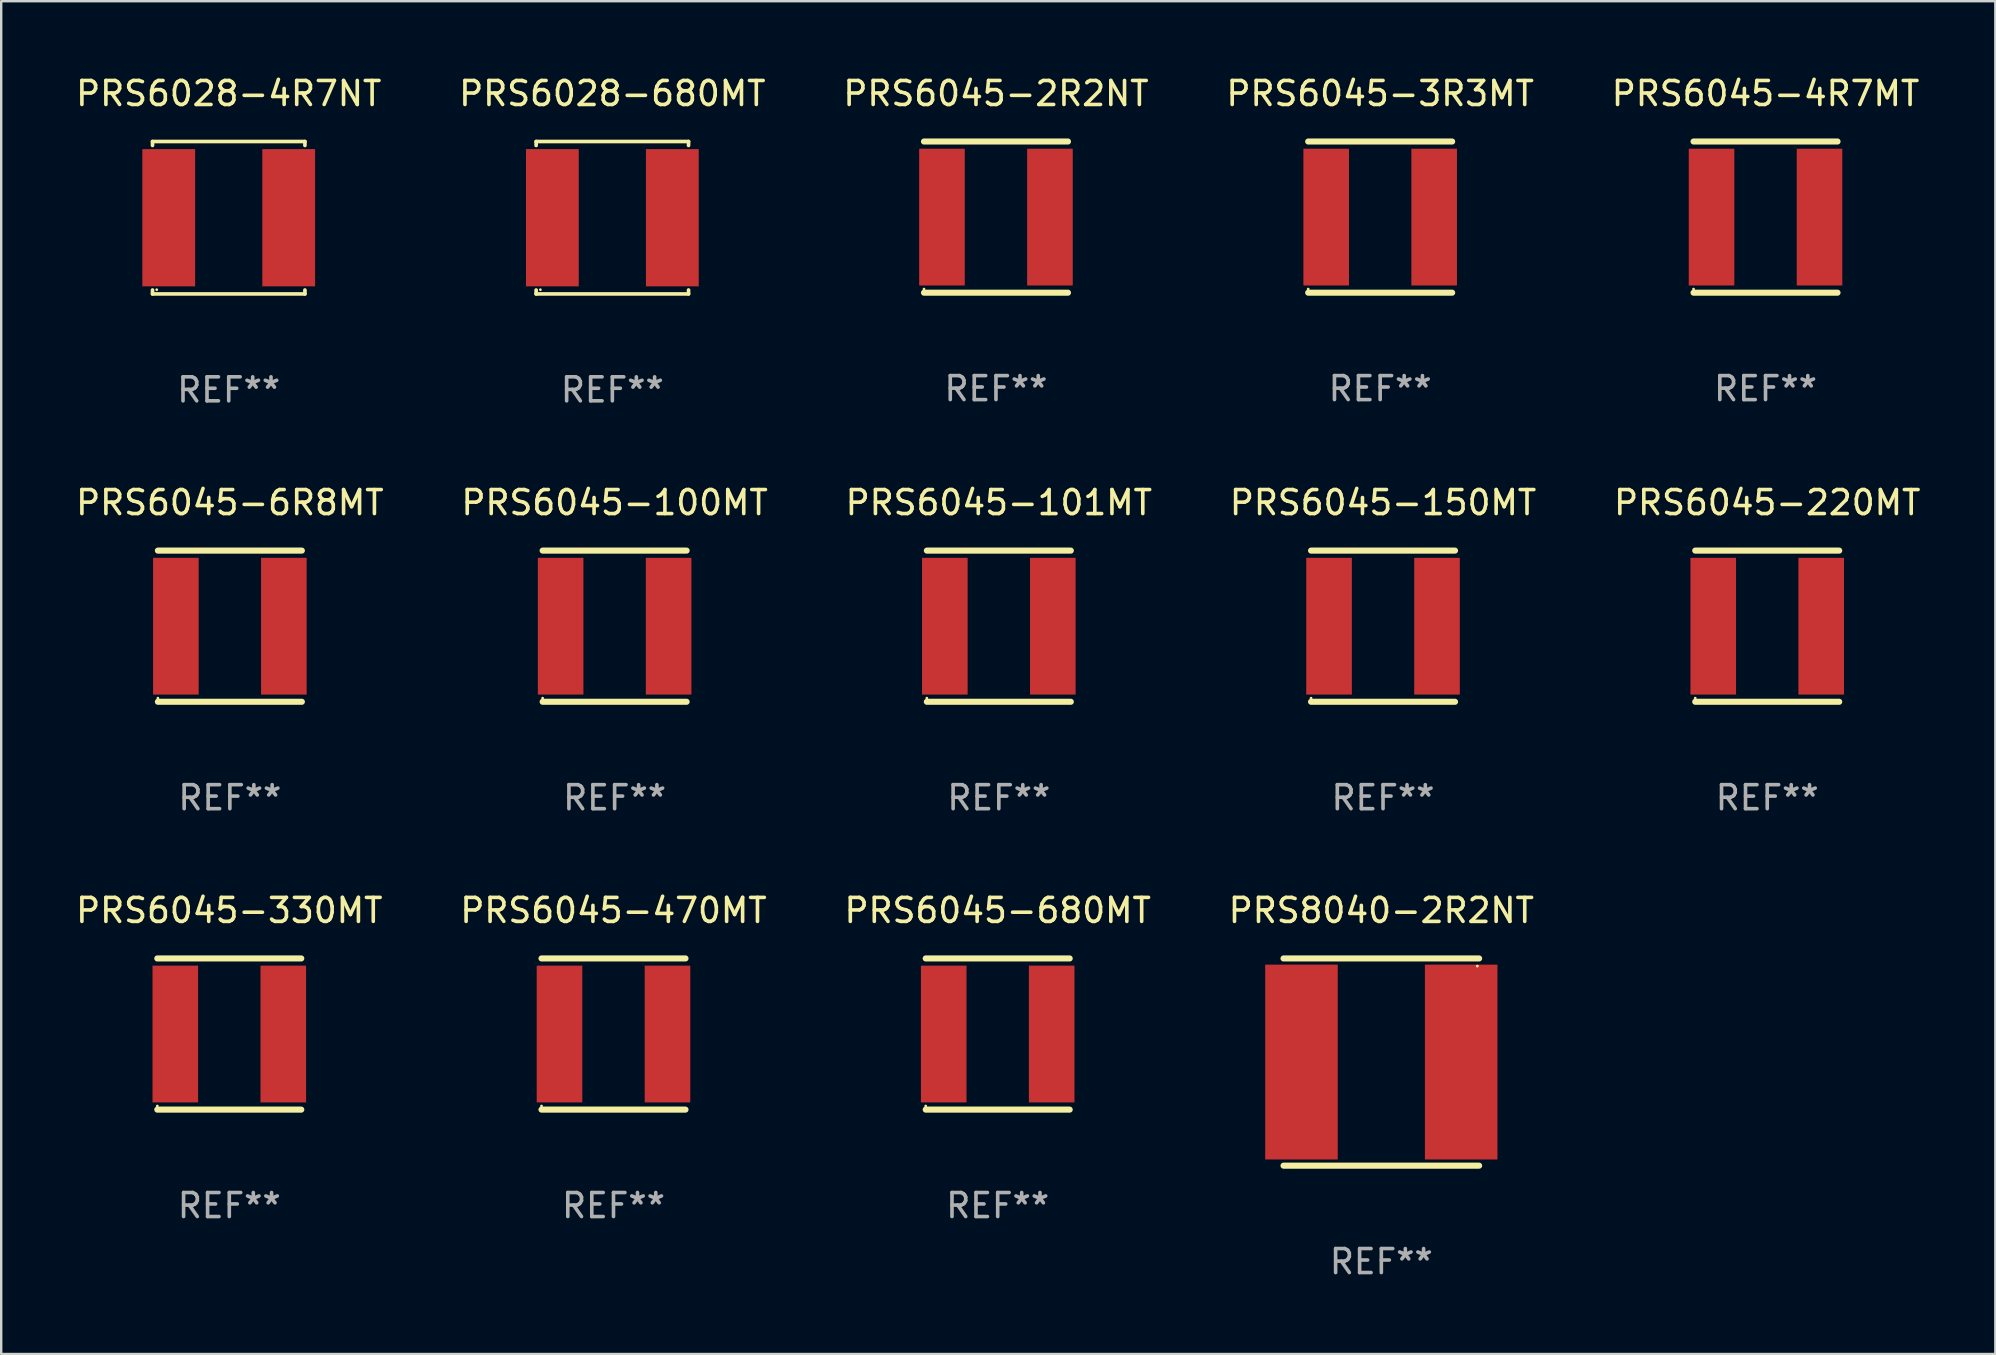
<source format=kicad_pcb>
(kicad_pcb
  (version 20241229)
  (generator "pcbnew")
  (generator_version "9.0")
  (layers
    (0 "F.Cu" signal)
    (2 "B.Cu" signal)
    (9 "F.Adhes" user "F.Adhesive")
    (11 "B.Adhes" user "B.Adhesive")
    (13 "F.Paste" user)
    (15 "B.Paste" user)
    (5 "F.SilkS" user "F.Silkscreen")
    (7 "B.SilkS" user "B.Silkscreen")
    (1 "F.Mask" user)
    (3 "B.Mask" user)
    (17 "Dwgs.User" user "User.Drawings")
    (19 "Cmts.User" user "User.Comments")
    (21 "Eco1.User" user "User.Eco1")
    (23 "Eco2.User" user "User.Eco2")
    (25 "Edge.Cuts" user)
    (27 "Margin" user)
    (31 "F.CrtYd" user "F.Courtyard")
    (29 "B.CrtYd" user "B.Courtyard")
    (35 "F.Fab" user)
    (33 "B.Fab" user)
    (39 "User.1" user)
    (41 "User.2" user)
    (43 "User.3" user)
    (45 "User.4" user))
  (footprint "PRS6045-220MT"
    (layer "F.Cu")
    (at 70.601 23.047)
    (property "Reference" "PRS6045-220MT" (at 0 -5.15 0) (layer "F.SilkS") (effects (font (size 1 1) (thickness 0.15))))
    (attr through_hole)
    (fp_line (start -3 -3.15) (end 3 -3.15) (stroke (width 0.254) (type solid)) (layer "F.SilkS"))
    (fp_line (start -3 3.15) (end 3 3.15) (stroke (width 0.254) (type solid)) (layer "F.SilkS"))
    (fp_circle (center -3 3) (end -2.97 3) (stroke (width 0.06) (type solid)) (fill no) (layer "F.SilkS"))
    (fp_text user "REF**" (at 0 7.15 0) (layer "F.Fab") (effects (font (size 1 1) (thickness 0.15))))
    (pad "1" smd rect (at -2.25 0) (size 1.9 5.7) (layers "F.Cu" "F.Mask" "F.Paste"))
    (pad "2" smd rect (at 2.25 0) (size 1.9 5.7) (layers "F.Cu" "F.Mask" "F.Paste")))
  (footprint "PRS8040-2R2NT"
    (layer "F.Cu")
    (at 54.518 41.212)
    (property "Reference" "PRS8040-2R2NT" (at 0 -6.318 0) (layer "F.SilkS") (effects (font (size 1 1) (thickness 0.15))))
    (attr through_hole)
    (fp_line (start -4.076 -4.318) (end 4.076 -4.318) (stroke (width 0.254) (type solid)) (layer "F.SilkS"))
    (fp_line (start -4.076 4.318) (end 4.076 4.318) (stroke (width 0.254) (type solid)) (layer "F.SilkS"))
    (fp_circle (center 4 -4) (end 4.03 -4) (stroke (width 0.06) (type solid)) (fill no) (layer "F.SilkS"))
    (fp_text user "REF**" (at 0 8.318 0) (layer "F.Fab") (effects (font (size 1 1) (thickness 0.15))))
    (pad "1" smd rect (at 3.328 0) (size 3.024 8.12) (layers "F.Cu" "F.Mask" "F.Paste"))
    (pad "2" smd rect (at -3.328 0) (size 3.024 8.12) (layers "F.Cu" "F.Mask" "F.Paste")))
  (footprint "PRS6045-680MT"
    (layer "F.Cu")
    (at 38.53 40.044)
    (property "Reference" "PRS6045-680MT" (at 0 -5.15 0) (layer "F.SilkS") (effects (font (size 1 1) (thickness 0.15))))
    (attr through_hole)
    (fp_line (start -3 -3.15) (end 3 -3.15) (stroke (width 0.254) (type solid)) (layer "F.SilkS"))
    (fp_line (start -3 3.15) (end 3 3.15) (stroke (width 0.254) (type solid)) (layer "F.SilkS"))
    (fp_circle (center -3 3) (end -2.97 3) (stroke (width 0.06) (type solid)) (fill no) (layer "F.SilkS"))
    (fp_text user "REF**" (at 0 7.15 0) (layer "F.Fab") (effects (font (size 1 1) (thickness 0.15))))
    (pad "1" smd rect (at -2.25 0) (size 1.9 5.7) (layers "F.Cu" "F.Mask" "F.Paste"))
    (pad "2" smd rect (at 2.25 0) (size 1.9 5.7) (layers "F.Cu" "F.Mask" "F.Paste")))
  (footprint "PRS6045-6R8MT"
    (layer "F.Cu")
    (at 6.53 23.047)
    (property "Reference" "PRS6045-6R8MT" (at 0 -5.15 0) (layer "F.SilkS") (effects (font (size 1 1) (thickness 0.15))))
    (attr through_hole)
    (fp_line (start -3 -3.15) (end 3 -3.15) (stroke (width 0.254) (type solid)) (layer "F.SilkS"))
    (fp_line (start -3 3.15) (end 3 3.15) (stroke (width 0.254) (type solid)) (layer "F.SilkS"))
    (fp_circle (center -3 3) (end -2.97 3) (stroke (width 0.06) (type solid)) (fill no) (layer "F.SilkS"))
    (fp_text user "REF**" (at 0 7.15 0) (layer "F.Fab") (effects (font (size 1 1) (thickness 0.15))))
    (pad "1" smd rect (at -2.25 0) (size 1.9 5.7) (layers "F.Cu" "F.Mask" "F.Paste"))
    (pad "2" smd rect (at 2.25 0) (size 1.9 5.7) (layers "F.Cu" "F.Mask" "F.Paste")))
  (footprint "PRS6028-680MT"
    (layer "F.Cu")
    (at 22.47 6.024)
    (property "Reference" "PRS6028-680MT" (at 0 -5.176 0) (layer "F.SilkS") (effects (font (size 1 1) (thickness 0.15))))
    (attr through_hole)
    (fp_line (start -3.176 -3.176) (end 3.176 -3.176) (stroke (width 0.152) (type solid)) (layer "F.SilkS"))
    (fp_line (start -3.176 -3.012) (end -3.176 -3.176) (stroke (width 0.152) (type solid)) (layer "F.SilkS"))
    (fp_line (start -3.176 3.012) (end -3.176 3.176) (stroke (width 0.152) (type solid)) (layer "F.SilkS"))
    (fp_line (start -3.176 3.176) (end 3.176 3.176) (stroke (width 0.152) (type solid)) (layer "F.SilkS"))
    (fp_line (start 3.176 -3.176) (end 3.176 -3.012) (stroke (width 0.152) (type solid)) (layer "F.SilkS"))
    (fp_line (start 3.176 3.176) (end 3.176 3.012) (stroke (width 0.152) (type solid)) (layer "F.SilkS"))
    (fp_circle (center -3 3) (end -2.97 3) (stroke (width 0.06) (type solid)) (fill no) (layer "F.SilkS"))
    (fp_text user "REF**" (at 0 7.176 0) (layer "F.Fab") (effects (font (size 1 1) (thickness 0.15))))
    (pad "1" smd rect (at -2.5 0) (size 2.2 5.72) (layers "F.Cu" "F.Mask" "F.Paste"))
    (pad "2" smd rect (at 2.5 0) (size 2.2 5.72) (layers "F.Cu" "F.Mask" "F.Paste")))
  (footprint "PRS6045-4R7MT"
    (layer "F.Cu")
    (at 70.53 5.998)
    (property "Reference" "PRS6045-4R7MT" (at 0 -5.15 0) (layer "F.SilkS") (effects (font (size 1 1) (thickness 0.15))))
    (attr through_hole)
    (fp_line (start -3 -3.15) (end 3 -3.15) (stroke (width 0.254) (type solid)) (layer "F.SilkS"))
    (fp_line (start -3 3.15) (end 3 3.15) (stroke (width 0.254) (type solid)) (layer "F.SilkS"))
    (fp_circle (center -3 3) (end -2.97 3) (stroke (width 0.06) (type solid)) (fill no) (layer "F.SilkS"))
    (fp_text user "REF**" (at 0 7.15 0) (layer "F.Fab") (effects (font (size 1 1) (thickness 0.15))))
    (pad "1" smd rect (at -2.25 0) (size 1.9 5.7) (layers "F.Cu" "F.Mask" "F.Paste"))
    (pad "2" smd rect (at 2.25 0) (size 1.9 5.7) (layers "F.Cu" "F.Mask" "F.Paste")))
  (footprint "PRS6045-470MT"
    (layer "F.Cu")
    (at 22.518 40.044)
    (property "Reference" "PRS6045-470MT" (at 0 -5.15 0) (layer "F.SilkS") (effects (font (size 1 1) (thickness 0.15))))
    (attr through_hole)
    (fp_line (start -3 -3.15) (end 3 -3.15) (stroke (width 0.254) (type solid)) (layer "F.SilkS"))
    (fp_line (start -3 3.15) (end 3 3.15) (stroke (width 0.254) (type solid)) (layer "F.SilkS"))
    (fp_circle (center -3 3) (end -2.97 3) (stroke (width 0.06) (type solid)) (fill no) (layer "F.SilkS"))
    (fp_text user "REF**" (at 0 7.15 0) (layer "F.Fab") (effects (font (size 1 1) (thickness 0.15))))
    (pad "1" smd rect (at -2.25 0) (size 1.9 5.7) (layers "F.Cu" "F.Mask" "F.Paste"))
    (pad "2" smd rect (at 2.25 0) (size 1.9 5.7) (layers "F.Cu" "F.Mask" "F.Paste")))
  (footprint "PRS6045-3R3MT"
    (layer "F.Cu")
    (at 54.47 5.998)
    (property "Reference" "PRS6045-3R3MT" (at 0 -5.15 0) (layer "F.SilkS") (effects (font (size 1 1) (thickness 0.15))))
    (attr through_hole)
    (fp_line (start -3 -3.15) (end 3 -3.15) (stroke (width 0.254) (type solid)) (layer "F.SilkS"))
    (fp_line (start -3 3.15) (end 3 3.15) (stroke (width 0.254) (type solid)) (layer "F.SilkS"))
    (fp_circle (center -3 3) (end -2.97 3) (stroke (width 0.06) (type solid)) (fill no) (layer "F.SilkS"))
    (fp_text user "REF**" (at 0 7.15 0) (layer "F.Fab") (effects (font (size 1 1) (thickness 0.15))))
    (pad "1" smd rect (at -2.25 0) (size 1.9 5.7) (layers "F.Cu" "F.Mask" "F.Paste"))
    (pad "2" smd rect (at 2.25 0) (size 1.9 5.7) (layers "F.Cu" "F.Mask" "F.Paste")))
  (footprint "PRS6045-101MT"
    (layer "F.Cu")
    (at 38.577 23.047)
    (property "Reference" "PRS6045-101MT" (at 0 -5.15 0) (layer "F.SilkS") (effects (font (size 1 1) (thickness 0.15))))
    (attr through_hole)
    (fp_line (start -3 -3.15) (end 3 -3.15) (stroke (width 0.254) (type solid)) (layer "F.SilkS"))
    (fp_line (start -3 3.15) (end 3 3.15) (stroke (width 0.254) (type solid)) (layer "F.SilkS"))
    (fp_circle (center -3 3) (end -2.97 3) (stroke (width 0.06) (type solid)) (fill no) (layer "F.SilkS"))
    (fp_text user "REF**" (at 0 7.15 0) (layer "F.Fab") (effects (font (size 1 1) (thickness 0.15))))
    (pad "1" smd rect (at -2.25 0) (size 1.9 5.7) (layers "F.Cu" "F.Mask" "F.Paste"))
    (pad "2" smd rect (at 2.25 0) (size 1.9 5.7) (layers "F.Cu" "F.Mask" "F.Paste")))
  (footprint "PRS6045-100MT"
    (layer "F.Cu")
    (at 22.565 23.047)
    (property "Reference" "PRS6045-100MT" (at 0 -5.15 0) (layer "F.SilkS") (effects (font (size 1 1) (thickness 0.15))))
    (attr through_hole)
    (fp_line (start -3 -3.15) (end 3 -3.15) (stroke (width 0.254) (type solid)) (layer "F.SilkS"))
    (fp_line (start -3 3.15) (end 3 3.15) (stroke (width 0.254) (type solid)) (layer "F.SilkS"))
    (fp_circle (center -3 3) (end -2.97 3) (stroke (width 0.06) (type solid)) (fill no) (layer "F.SilkS"))
    (fp_text user "REF**" (at 0 7.15 0) (layer "F.Fab") (effects (font (size 1 1) (thickness 0.15))))
    (pad "1" smd rect (at -2.25 0) (size 1.9 5.7) (layers "F.Cu" "F.Mask" "F.Paste"))
    (pad "2" smd rect (at 2.25 0) (size 1.9 5.7) (layers "F.Cu" "F.Mask" "F.Paste")))
  (footprint "PRS6045-2R2NT"
    (layer "F.Cu")
    (at 38.458 5.998)
    (property "Reference" "PRS6045-2R2NT" (at 0 -5.15 0) (layer "F.SilkS") (effects (font (size 1 1) (thickness 0.15))))
    (attr through_hole)
    (fp_line (start -3 -3.15) (end 3 -3.15) (stroke (width 0.254) (type solid)) (layer "F.SilkS"))
    (fp_line (start -3 3.15) (end 3 3.15) (stroke (width 0.254) (type solid)) (layer "F.SilkS"))
    (fp_circle (center -3 3) (end -2.97 3) (stroke (width 0.06) (type solid)) (fill no) (layer "F.SilkS"))
    (fp_text user "REF**" (at 0 7.15 0) (layer "F.Fab") (effects (font (size 1 1) (thickness 0.15))))
    (pad "1" smd rect (at -2.25 0) (size 1.9 5.7) (layers "F.Cu" "F.Mask" "F.Paste"))
    (pad "2" smd rect (at 2.25 0) (size 1.9 5.7) (layers "F.Cu" "F.Mask" "F.Paste")))
  (footprint "PRS6045-330MT"
    (layer "F.Cu")
    (at 6.506 40.044)
    (property "Reference" "PRS6045-330MT" (at 0 -5.15 0) (layer "F.SilkS") (effects (font (size 1 1) (thickness 0.15))))
    (attr through_hole)
    (fp_line (start -3 -3.15) (end 3 -3.15) (stroke (width 0.254) (type solid)) (layer "F.SilkS"))
    (fp_line (start -3 3.15) (end 3 3.15) (stroke (width 0.254) (type solid)) (layer "F.SilkS"))
    (fp_circle (center -3 3) (end -2.97 3) (stroke (width 0.06) (type solid)) (fill no) (layer "F.SilkS"))
    (fp_text user "REF**" (at 0 7.15 0) (layer "F.Fab") (effects (font (size 1 1) (thickness 0.15))))
    (pad "1" smd rect (at -2.25 0) (size 1.9 5.7) (layers "F.Cu" "F.Mask" "F.Paste"))
    (pad "2" smd rect (at 2.25 0) (size 1.9 5.7) (layers "F.Cu" "F.Mask" "F.Paste")))
  (footprint "PRS6045-150MT"
    (layer "F.Cu")
    (at 54.589 23.047)
    (property "Reference" "PRS6045-150MT" (at 0 -5.15 0) (layer "F.SilkS") (effects (font (size 1 1) (thickness 0.15))))
    (attr through_hole)
    (fp_line (start -3 -3.15) (end 3 -3.15) (stroke (width 0.254) (type solid)) (layer "F.SilkS"))
    (fp_line (start -3 3.15) (end 3 3.15) (stroke (width 0.254) (type solid)) (layer "F.SilkS"))
    (fp_circle (center -3 3) (end -2.97 3) (stroke (width 0.06) (type solid)) (fill no) (layer "F.SilkS"))
    (fp_text user "REF**" (at 0 7.15 0) (layer "F.Fab") (effects (font (size 1 1) (thickness 0.15))))
    (pad "1" smd rect (at -2.25 0) (size 1.9 5.7) (layers "F.Cu" "F.Mask" "F.Paste"))
    (pad "2" smd rect (at 2.25 0) (size 1.9 5.7) (layers "F.Cu" "F.Mask" "F.Paste")))
  (footprint "PRS6028-4R7NT"
    (layer "F.Cu")
    (at 6.482 6.024)
    (property "Reference" "PRS6028-4R7NT" (at 0 -5.176 0) (layer "F.SilkS") (effects (font (size 1 1) (thickness 0.15))))
    (attr through_hole)
    (fp_line (start -3.176 -3.176) (end 3.176 -3.176) (stroke (width 0.152) (type solid)) (layer "F.SilkS"))
    (fp_line (start -3.176 -3.012) (end -3.176 -3.176) (stroke (width 0.152) (type solid)) (layer "F.SilkS"))
    (fp_line (start -3.176 3.012) (end -3.176 3.176) (stroke (width 0.152) (type solid)) (layer "F.SilkS"))
    (fp_line (start -3.176 3.176) (end 3.176 3.176) (stroke (width 0.152) (type solid)) (layer "F.SilkS"))
    (fp_line (start 3.176 -3.176) (end 3.176 -3.012) (stroke (width 0.152) (type solid)) (layer "F.SilkS"))
    (fp_line (start 3.176 3.176) (end 3.176 3.012) (stroke (width 0.152) (type solid)) (layer "F.SilkS"))
    (fp_circle (center -3 3) (end -2.97 3) (stroke (width 0.06) (type solid)) (fill no) (layer "F.SilkS"))
    (fp_text user "REF**" (at 0 7.176 0) (layer "F.Fab") (effects (font (size 1 1) (thickness 0.15))))
    (pad "1" smd rect (at -2.5 0) (size 2.2 5.72) (layers "F.Cu" "F.Mask" "F.Paste"))
    (pad "2" smd rect (at 2.5 0) (size 2.2 5.72) (layers "F.Cu" "F.Mask" "F.Paste")))
  (gr_rect
    (start -3 -3)
    (end 80.107 53.378)
    (stroke (width 0.1) (type default))
    (fill no)
    (layer "Edge.Cuts")))
</source>
